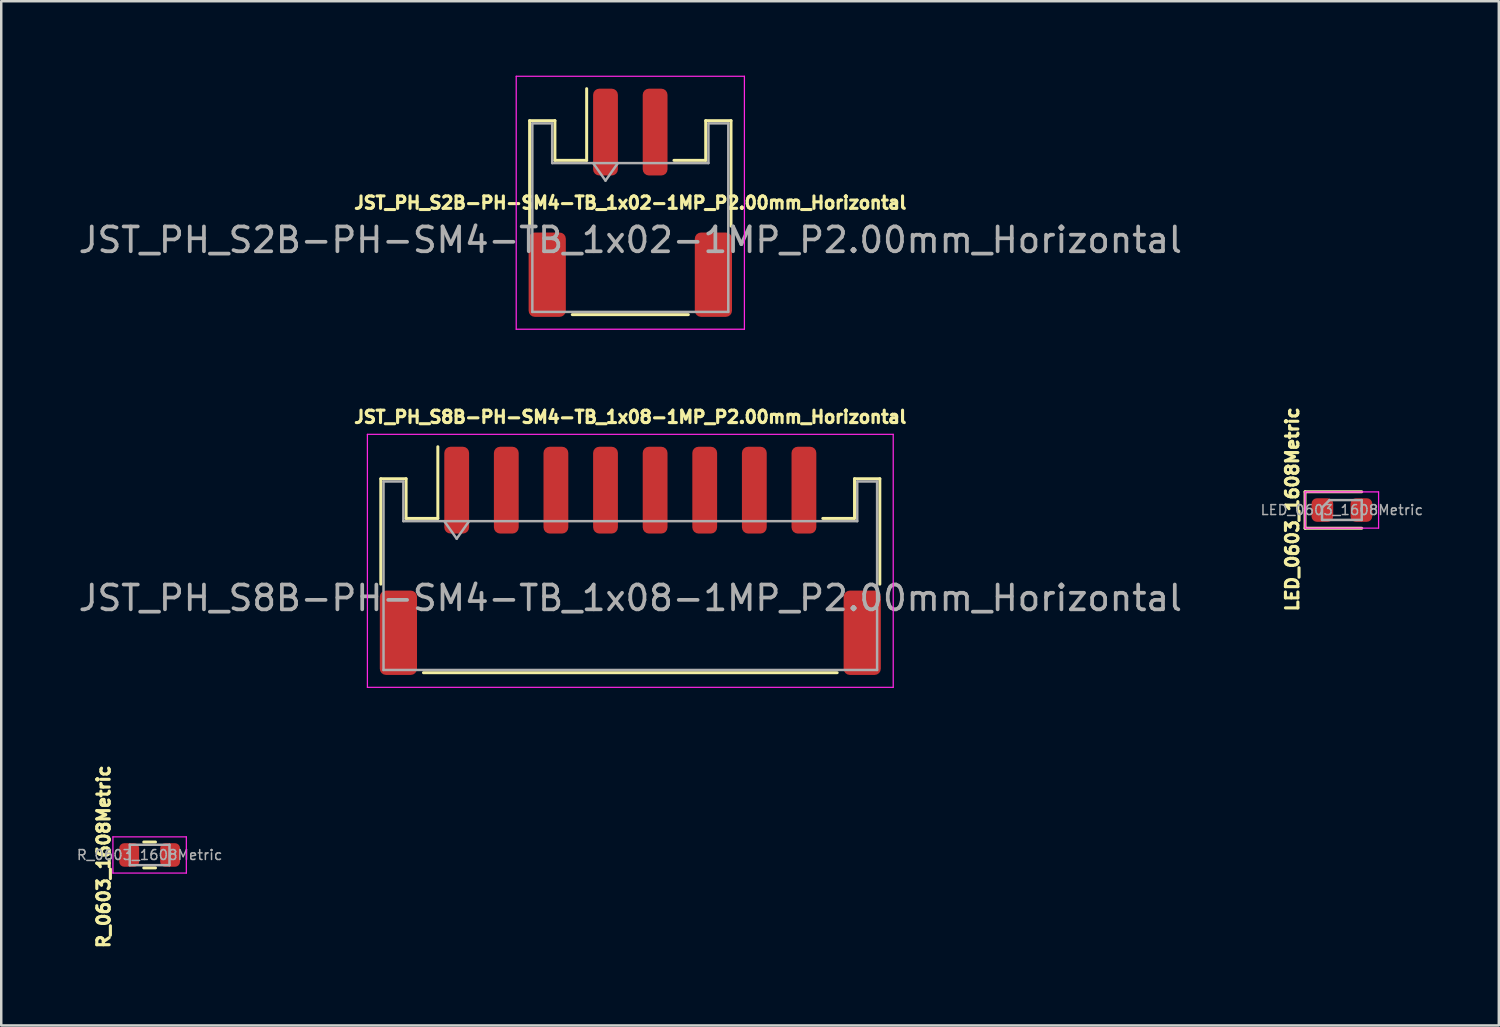
<source format=kicad_pcb>
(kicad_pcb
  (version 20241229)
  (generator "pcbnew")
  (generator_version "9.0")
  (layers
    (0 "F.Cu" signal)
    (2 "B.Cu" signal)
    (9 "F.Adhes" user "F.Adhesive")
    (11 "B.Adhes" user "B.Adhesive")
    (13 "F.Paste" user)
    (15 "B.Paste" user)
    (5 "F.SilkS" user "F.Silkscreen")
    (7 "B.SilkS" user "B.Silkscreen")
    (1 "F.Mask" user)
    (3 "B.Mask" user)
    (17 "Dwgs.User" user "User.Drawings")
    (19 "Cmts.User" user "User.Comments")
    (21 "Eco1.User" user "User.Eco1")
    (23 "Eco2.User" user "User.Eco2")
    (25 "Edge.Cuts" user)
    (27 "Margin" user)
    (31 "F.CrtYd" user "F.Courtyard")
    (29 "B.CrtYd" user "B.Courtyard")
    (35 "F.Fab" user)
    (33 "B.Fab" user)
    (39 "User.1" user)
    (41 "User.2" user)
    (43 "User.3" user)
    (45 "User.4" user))
  (footprint "JST_PH_S8B-PH-SM4-TB_1x08-1MP_P2.00mm_Horizontal"
    (layer "F.Cu")
    (at 22.363 19.562)
    (property "Reference" "JST_PH_S8B-PH-SM4-TB_1x08-1MP_P2.00mm_Horizontal" (at 0 -5.8 0) (layer "F.SilkS") (effects (font (size 0.5 0.5) (thickness 0.125))))
    (attr smd)
    (fp_line (start -10.06 -3.31) (end -9.04 -3.31) (stroke (width 0.12) (type solid)) (layer "F.SilkS"))
    (fp_line (start -10.06 0.94) (end -10.06 -3.31) (stroke (width 0.12) (type solid)) (layer "F.SilkS"))
    (fp_line (start -9.04 -3.31) (end -9.04 -1.71) (stroke (width 0.12) (type solid)) (layer "F.SilkS"))
    (fp_line (start -9.04 -1.71) (end -7.76 -1.71) (stroke (width 0.12) (type solid)) (layer "F.SilkS"))
    (fp_line (start -8.34 4.51) (end 8.34 4.51) (stroke (width 0.12) (type solid)) (layer "F.SilkS"))
    (fp_line (start -7.76 -1.71) (end -7.76 -4.6) (stroke (width 0.12) (type solid)) (layer "F.SilkS"))
    (fp_line (start 9.04 -3.31) (end 9.04 -1.71) (stroke (width 0.12) (type solid)) (layer "F.SilkS"))
    (fp_line (start 9.04 -1.71) (end 7.76 -1.71) (stroke (width 0.12) (type solid)) (layer "F.SilkS"))
    (fp_line (start 10.06 -3.31) (end 9.04 -3.31) (stroke (width 0.12) (type solid)) (layer "F.SilkS"))
    (fp_line (start 10.06 0.94) (end 10.06 -3.31) (stroke (width 0.12) (type solid)) (layer "F.SilkS"))
    (fp_line (start -10.6 -5.1) (end -10.6 5.1) (stroke (width 0.05) (type solid)) (layer "F.CrtYd"))
    (fp_line (start -10.6 5.1) (end 10.6 5.1) (stroke (width 0.05) (type solid)) (layer "F.CrtYd"))
    (fp_line (start 10.6 -5.1) (end -10.6 -5.1) (stroke (width 0.05) (type solid)) (layer "F.CrtYd"))
    (fp_line (start 10.6 5.1) (end 10.6 -5.1) (stroke (width 0.05) (type solid)) (layer "F.CrtYd"))
    (fp_line (start -9.95 -3.2) (end -9.95 4.4) (stroke (width 0.1) (type solid)) (layer "F.Fab"))
    (fp_line (start -9.95 -3.2) (end -9.15 -3.2) (stroke (width 0.1) (type solid)) (layer "F.Fab"))
    (fp_line (start -9.95 4.4) (end 9.95 4.4) (stroke (width 0.1) (type solid)) (layer "F.Fab"))
    (fp_line (start -9.15 -3.2) (end -9.15 -1.6) (stroke (width 0.1) (type solid)) (layer "F.Fab"))
    (fp_line (start -9.15 -1.6) (end 9.15 -1.6) (stroke (width 0.1) (type solid)) (layer "F.Fab"))
    (fp_line (start -7.5 -1.6) (end -7 -0.893) (stroke (width 0.1) (type solid)) (layer "F.Fab"))
    (fp_line (start -7 -0.893) (end -6.5 -1.6) (stroke (width 0.1) (type solid)) (layer "F.Fab"))
    (fp_line (start 9.15 -3.2) (end 9.95 -3.2) (stroke (width 0.1) (type solid)) (layer "F.Fab"))
    (fp_line (start 9.15 -1.6) (end 9.15 -3.2) (stroke (width 0.1) (type solid)) (layer "F.Fab"))
    (fp_line (start 9.95 -3.2) (end 9.95 4.4) (stroke (width 0.1) (type solid)) (layer "F.Fab"))
    (fp_text user "${REFERENCE}" (at 0 1.5 0) (layer "F.Fab") (effects (font (size 1 1) (thickness 0.15))))
    (pad "1" smd roundrect (at -7 -2.85 180) (size 1 3.5) (layers "F.Cu" "F.Mask" "F.Paste") (roundrect_rratio 0.25))
    (pad "2" smd roundrect (at -5 -2.85 180) (size 1 3.5) (layers "F.Cu" "F.Mask" "F.Paste") (roundrect_rratio 0.25))
    (pad "3" smd roundrect (at -3 -2.85 180) (size 1 3.5) (layers "F.Cu" "F.Mask" "F.Paste") (roundrect_rratio 0.25))
    (pad "4" smd roundrect (at -1 -2.85 180) (size 1 3.5) (layers "F.Cu" "F.Mask" "F.Paste") (roundrect_rratio 0.25))
    (pad "5" smd roundrect (at 1 -2.85 180) (size 1 3.5) (layers "F.Cu" "F.Mask" "F.Paste") (roundrect_rratio 0.25))
    (pad "6" smd roundrect (at 3 -2.85 180) (size 1 3.5) (layers "F.Cu" "F.Mask" "F.Paste") (roundrect_rratio 0.25))
    (pad "7" smd roundrect (at 5 -2.85 180) (size 1 3.5) (layers "F.Cu" "F.Mask" "F.Paste") (roundrect_rratio 0.25))
    (pad "8" smd roundrect (at 7 -2.85 180) (size 1 3.5) (layers "F.Cu" "F.Mask" "F.Paste") (roundrect_rratio 0.25))
    (pad "MP" smd roundrect (at -9.35 2.9 180) (size 1.5 3.4) (layers "F.Cu" "F.Mask" "F.Paste") (roundrect_rratio 0.167))
    (pad "MP" smd roundrect (at 9.35 2.9 180) (size 1.5 3.4) (layers "F.Cu" "F.Mask" "F.Paste") (roundrect_rratio 0.167)))
  (footprint "LED_0603_1608Metric"
    (layer "F.Cu")
    (at 51.052 17.513)
    (property "Reference" "LED_0603_1608Metric" (at -2 -0.03 90) (layer "F.SilkS") (effects (font (size 0.5 0.5) (thickness 0.15))))
    (attr smd)
    (fp_line (start -1.485 -0.735) (end -1.485 0.735) (stroke (width 0.12) (type solid)) (layer "F.SilkS"))
    (fp_line (start -1.485 0.735) (end 0.8 0.735) (stroke (width 0.12) (type solid)) (layer "F.SilkS"))
    (fp_line (start 0.8 -0.735) (end -1.485 -0.735) (stroke (width 0.12) (type solid)) (layer "F.SilkS"))
    (fp_line (start -1.48 -0.73) (end 1.48 -0.73) (stroke (width 0.05) (type solid)) (layer "F.CrtYd"))
    (fp_line (start -1.48 0.73) (end -1.48 -0.73) (stroke (width 0.05) (type solid)) (layer "F.CrtYd"))
    (fp_line (start 1.48 -0.73) (end 1.48 0.73) (stroke (width 0.05) (type solid)) (layer "F.CrtYd"))
    (fp_line (start 1.48 0.73) (end -1.48 0.73) (stroke (width 0.05) (type solid)) (layer "F.CrtYd"))
    (fp_line (start -0.8 -0.1) (end -0.8 0.4) (stroke (width 0.1) (type solid)) (layer "F.Fab"))
    (fp_line (start -0.8 0.4) (end 0.8 0.4) (stroke (width 0.1) (type solid)) (layer "F.Fab"))
    (fp_line (start -0.5 -0.4) (end -0.8 -0.1) (stroke (width 0.1) (type solid)) (layer "F.Fab"))
    (fp_line (start 0.8 -0.4) (end -0.5 -0.4) (stroke (width 0.1) (type solid)) (layer "F.Fab"))
    (fp_line (start 0.8 0.4) (end 0.8 -0.4) (stroke (width 0.1) (type solid)) (layer "F.Fab"))
    (fp_text user "${REFERENCE}" (at 0 0 0) (layer "F.Fab") (effects (font (size 0.4 0.4) (thickness 0.06))))
    (pad "1" smd roundrect (at -0.787 0 180) (size 0.875 0.95) (layers "F.Cu" "F.Mask" "F.Paste") (roundrect_rratio 0.25))
    (pad "2" smd roundrect (at 0.787 0 180) (size 0.875 0.95) (layers "F.Cu" "F.Mask" "F.Paste") (roundrect_rratio 0.25)))
  (footprint "R_0603_1608Metric"
    (layer "F.Cu")
    (at 2.983 31.421)
    (property "Reference" "R_0603_1608Metric" (at -1.855 0.07 90) (layer "F.SilkS") (effects (font (size 0.5 0.5) (thickness 0.15))))
    (attr smd)
    (fp_line (start -0.237 -0.522) (end 0.237 -0.522) (stroke (width 0.12) (type solid)) (layer "F.SilkS"))
    (fp_line (start -0.237 0.522) (end 0.237 0.522) (stroke (width 0.12) (type solid)) (layer "F.SilkS"))
    (fp_line (start -1.48 -0.73) (end 1.48 -0.73) (stroke (width 0.05) (type solid)) (layer "F.CrtYd"))
    (fp_line (start -1.48 0.73) (end -1.48 -0.73) (stroke (width 0.05) (type solid)) (layer "F.CrtYd"))
    (fp_line (start 1.48 -0.73) (end 1.48 0.73) (stroke (width 0.05) (type solid)) (layer "F.CrtYd"))
    (fp_line (start 1.48 0.73) (end -1.48 0.73) (stroke (width 0.05) (type solid)) (layer "F.CrtYd"))
    (fp_line (start -0.8 -0.412) (end 0.8 -0.412) (stroke (width 0.1) (type solid)) (layer "F.Fab"))
    (fp_line (start -0.8 0.412) (end -0.8 -0.412) (stroke (width 0.1) (type solid)) (layer "F.Fab"))
    (fp_line (start 0.8 -0.412) (end 0.8 0.412) (stroke (width 0.1) (type solid)) (layer "F.Fab"))
    (fp_line (start 0.8 0.412) (end -0.8 0.412) (stroke (width 0.1) (type solid)) (layer "F.Fab"))
    (fp_text user "${REFERENCE}" (at 0 0 0) (layer "F.Fab") (effects (font (size 0.4 0.4) (thickness 0.06))))
    (pad "1" smd roundrect (at -0.825 0 180) (size 0.8 0.95) (layers "F.Cu" "F.Mask" "F.Paste") (roundrect_rratio 0.25))
    (pad "2" smd roundrect (at 0.825 0 180) (size 0.8 0.95) (layers "F.Cu" "F.Mask" "F.Paste") (roundrect_rratio 0.25)))
  (footprint "JST_PH_S2B-PH-SM4-TB_1x02-1MP_P2.00mm_Horizontal"
    (layer "F.Cu")
    (at 22.363 5.125)
    (property "Reference" "JST_PH_S2B-PH-SM4-TB_1x02-1MP_P2.00mm_Horizontal" (at 0 0 0) (layer "F.SilkS") (effects (font (size 0.5 0.5) (thickness 0.125))))
    (attr smd)
    (fp_line (start -4.06 -3.31) (end -3.04 -3.31) (stroke (width 0.12) (type solid)) (layer "F.SilkS"))
    (fp_line (start -4.06 0.94) (end -4.06 -3.31) (stroke (width 0.12) (type solid)) (layer "F.SilkS"))
    (fp_line (start -3.04 -3.31) (end -3.04 -1.71) (stroke (width 0.12) (type solid)) (layer "F.SilkS"))
    (fp_line (start -3.04 -1.71) (end -1.76 -1.71) (stroke (width 0.12) (type solid)) (layer "F.SilkS"))
    (fp_line (start -2.34 4.51) (end 2.34 4.51) (stroke (width 0.12) (type solid)) (layer "F.SilkS"))
    (fp_line (start -1.76 -1.71) (end -1.76 -4.6) (stroke (width 0.12) (type solid)) (layer "F.SilkS"))
    (fp_line (start 3.04 -3.31) (end 3.04 -1.71) (stroke (width 0.12) (type solid)) (layer "F.SilkS"))
    (fp_line (start 3.04 -1.71) (end 1.76 -1.71) (stroke (width 0.12) (type solid)) (layer "F.SilkS"))
    (fp_line (start 4.06 -3.31) (end 3.04 -3.31) (stroke (width 0.12) (type solid)) (layer "F.SilkS"))
    (fp_line (start 4.06 0.94) (end 4.06 -3.31) (stroke (width 0.12) (type solid)) (layer "F.SilkS"))
    (fp_line (start -4.6 -5.1) (end -4.6 5.1) (stroke (width 0.05) (type solid)) (layer "F.CrtYd"))
    (fp_line (start -4.6 5.1) (end 4.6 5.1) (stroke (width 0.05) (type solid)) (layer "F.CrtYd"))
    (fp_line (start 4.6 -5.1) (end -4.6 -5.1) (stroke (width 0.05) (type solid)) (layer "F.CrtYd"))
    (fp_line (start 4.6 5.1) (end 4.6 -5.1) (stroke (width 0.05) (type solid)) (layer "F.CrtYd"))
    (fp_line (start -3.95 -3.2) (end -3.95 4.4) (stroke (width 0.1) (type solid)) (layer "F.Fab"))
    (fp_line (start -3.95 -3.2) (end -3.15 -3.2) (stroke (width 0.1) (type solid)) (layer "F.Fab"))
    (fp_line (start -3.95 4.4) (end 3.95 4.4) (stroke (width 0.1) (type solid)) (layer "F.Fab"))
    (fp_line (start -3.15 -3.2) (end -3.15 -1.6) (stroke (width 0.1) (type solid)) (layer "F.Fab"))
    (fp_line (start -3.15 -1.6) (end 3.15 -1.6) (stroke (width 0.1) (type solid)) (layer "F.Fab"))
    (fp_line (start -1.5 -1.6) (end -1 -0.893) (stroke (width 0.1) (type solid)) (layer "F.Fab"))
    (fp_line (start -1 -0.893) (end -0.5 -1.6) (stroke (width 0.1) (type solid)) (layer "F.Fab"))
    (fp_line (start 3.15 -3.2) (end 3.95 -3.2) (stroke (width 0.1) (type solid)) (layer "F.Fab"))
    (fp_line (start 3.15 -1.6) (end 3.15 -3.2) (stroke (width 0.1) (type solid)) (layer "F.Fab"))
    (fp_line (start 3.95 -3.2) (end 3.95 4.4) (stroke (width 0.1) (type solid)) (layer "F.Fab"))
    (fp_text user "${REFERENCE}" (at 0 1.5 0) (layer "F.Fab") (effects (font (size 1 1) (thickness 0.15))))
    (pad "1" smd roundrect (at -1 -2.85 180) (size 1 3.5) (layers "F.Cu" "F.Mask" "F.Paste") (roundrect_rratio 0.25))
    (pad "2" smd roundrect (at 1 -2.85 180) (size 1 3.5) (layers "F.Cu" "F.Mask" "F.Paste") (roundrect_rratio 0.25))
    (pad "MP" smd roundrect (at -3.35 2.9 180) (size 1.5 3.4) (layers "F.Cu" "F.Mask" "F.Paste") (roundrect_rratio 0.167))
    (pad "MP" smd roundrect (at 3.35 2.9 180) (size 1.5 3.4) (layers "F.Cu" "F.Mask" "F.Paste") (roundrect_rratio 0.167)))
  (gr_rect
    (start -3 -3)
    (end 57.379 38.295)
    (stroke (width 0.1) (type default))
    (fill no)
    (layer "Edge.Cuts")))
</source>
